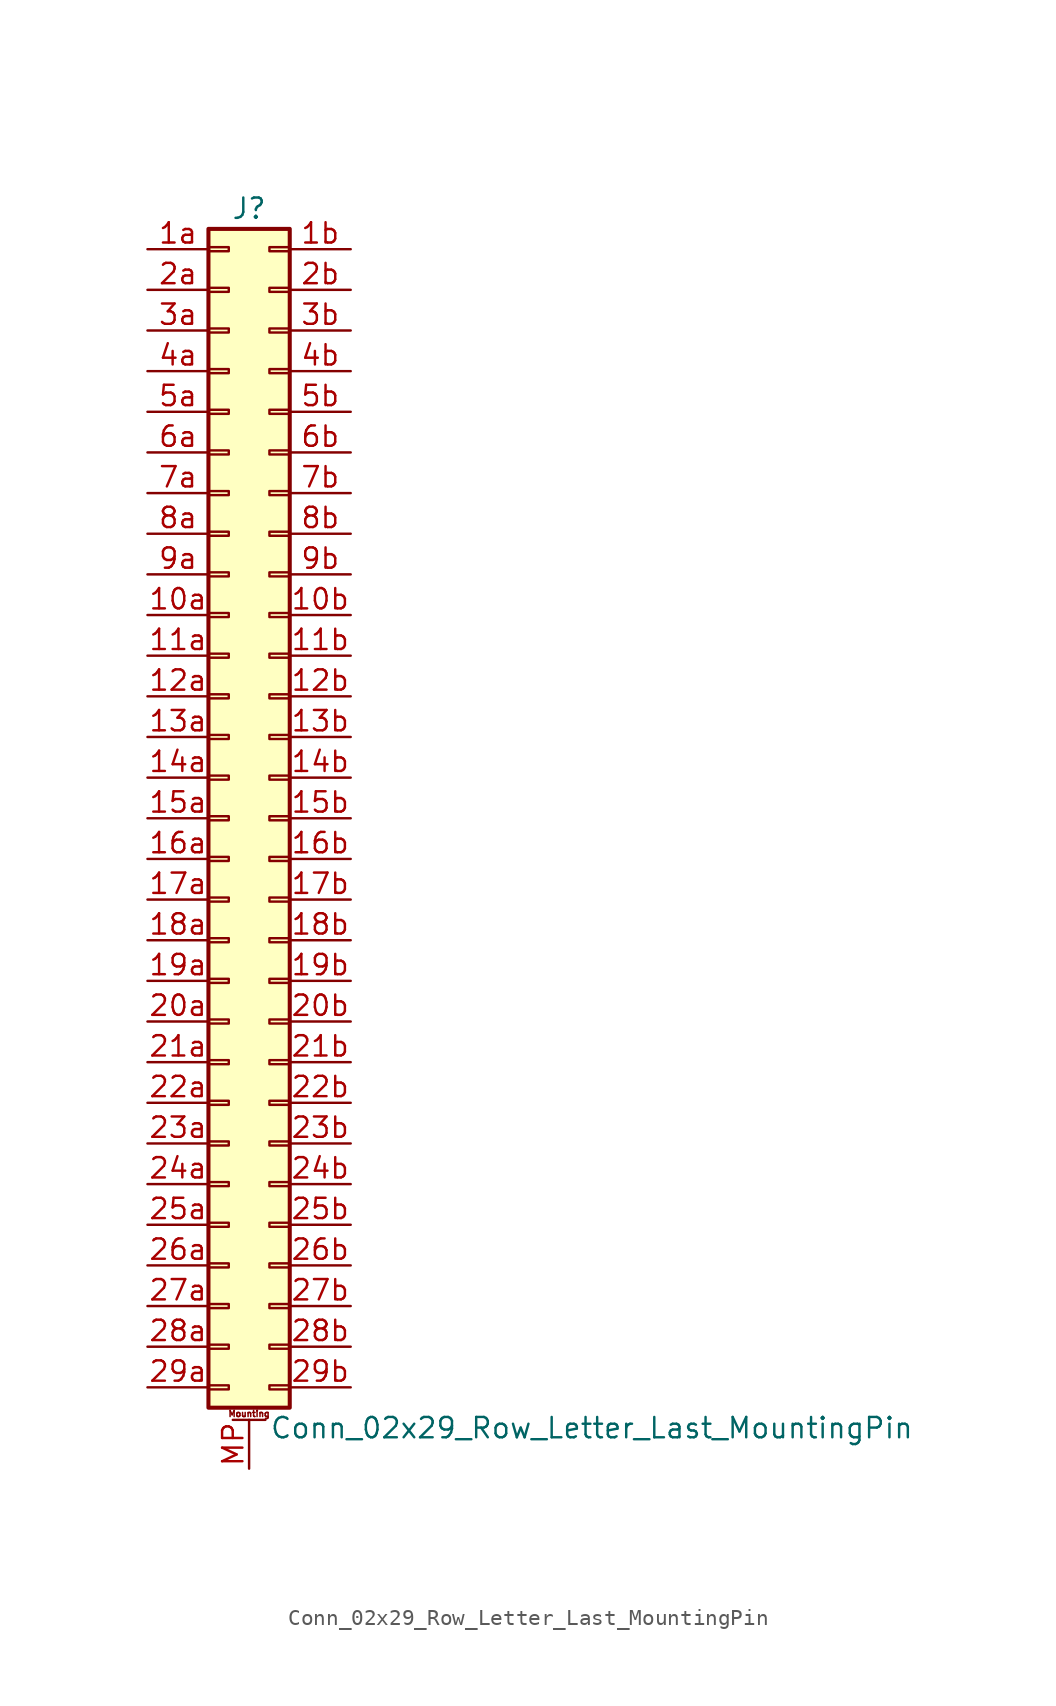
<source format=kicad_sym>
(kicad_symbol_lib
  (version 20220914)
  (generator kicad_symbol_editor)
  (symbol "Conn_02x29_Row_Letter_Last_MountingPin"
    (pin_names
      (offset 1.016) hide)
    (property "Reference" "J"
      (at 1.27 38.1 0)
      (effects (font (size 1.27 1.27))))
    (property "Value" "Conn_02x29_Row_Letter_Last_MountingPin"
      (at 2.54 -38.1 0)
      (effects (font (size 1.27 1.27)) (justify left)))
    (symbol "Conn_02x29_Row_Letter_Last_MountingPin_1_1"
      (rectangle (start -1.27 -35.433) (end 0 -35.687) (stroke (width 0.152) (type default)) (fill (type none)))
      (rectangle (start -1.27 -32.893) (end 0 -33.147) (stroke (width 0.152) (type default)) (fill (type none)))
      (rectangle (start -1.27 -30.353) (end 0 -30.607) (stroke (width 0.152) (type default)) (fill (type none)))
      (rectangle (start -1.27 -27.813) (end 0 -28.067) (stroke (width 0.152) (type default)) (fill (type none)))
      (rectangle (start -1.27 -25.273) (end 0 -25.527) (stroke (width 0.152) (type default)) (fill (type none)))
      (rectangle (start -1.27 -22.733) (end 0 -22.987) (stroke (width 0.152) (type default)) (fill (type none)))
      (rectangle (start -1.27 -20.193) (end 0 -20.447) (stroke (width 0.152) (type default)) (fill (type none)))
      (rectangle (start -1.27 -17.653) (end 0 -17.907) (stroke (width 0.152) (type default)) (fill (type none)))
      (rectangle (start -1.27 -15.113) (end 0 -15.367) (stroke (width 0.152) (type default)) (fill (type none)))
      (rectangle (start -1.27 -12.573) (end 0 -12.827) (stroke (width 0.152) (type default)) (fill (type none)))
      (rectangle (start -1.27 -10.033) (end 0 -10.287) (stroke (width 0.152) (type default)) (fill (type none)))
      (rectangle (start -1.27 -7.493) (end 0 -7.747) (stroke (width 0.152) (type default)) (fill (type none)))
      (rectangle (start -1.27 -4.953) (end 0 -5.207) (stroke (width 0.152) (type default)) (fill (type none)))
      (rectangle (start -1.27 -2.413) (end 0 -2.667) (stroke (width 0.152) (type default)) (fill (type none)))
      (rectangle (start -1.27 0.127) (end 0 -0.127) (stroke (width 0.152) (type default)) (fill (type none)))
      (rectangle (start -1.27 2.667) (end 0 2.413) (stroke (width 0.152) (type default)) (fill (type none)))
      (rectangle (start -1.27 5.207) (end 0 4.953) (stroke (width 0.152) (type default)) (fill (type none)))
      (rectangle (start -1.27 7.747) (end 0 7.493) (stroke (width 0.152) (type default)) (fill (type none)))
      (rectangle (start -1.27 10.287) (end 0 10.033) (stroke (width 0.152) (type default)) (fill (type none)))
      (rectangle (start -1.27 12.827) (end 0 12.573) (stroke (width 0.152) (type default)) (fill (type none)))
      (rectangle (start -1.27 15.367) (end 0 15.113) (stroke (width 0.152) (type default)) (fill (type none)))
      (rectangle (start -1.27 17.907) (end 0 17.653) (stroke (width 0.152) (type default)) (fill (type none)))
      (rectangle (start -1.27 20.447) (end 0 20.193) (stroke (width 0.152) (type default)) (fill (type none)))
      (rectangle (start -1.27 22.987) (end 0 22.733) (stroke (width 0.152) (type default)) (fill (type none)))
      (rectangle (start -1.27 25.527) (end 0 25.273) (stroke (width 0.152) (type default)) (fill (type none)))
      (rectangle (start -1.27 28.067) (end 0 27.813) (stroke (width 0.152) (type default)) (fill (type none)))
      (rectangle (start -1.27 30.607) (end 0 30.353) (stroke (width 0.152) (type default)) (fill (type none)))
      (rectangle (start -1.27 33.147) (end 0 32.893) (stroke (width 0.152) (type default)) (fill (type none)))
      (rectangle (start -1.27 35.687) (end 0 35.433) (stroke (width 0.152) (type default)) (fill (type none)))
      (rectangle (start -1.27 36.83) (end 3.81 -36.83) (stroke (width 0.254) (type default)) (fill (type background)))
      (polyline (pts (xy 0.254 -37.592) (xy 2.286 -37.592)) (stroke (width 0.152) (type default)) (fill (type none)))
      (rectangle (start 3.81 -35.433) (end 2.54 -35.687) (stroke (width 0.152) (type default)) (fill (type none)))
      (rectangle (start 3.81 -32.893) (end 2.54 -33.147) (stroke (width 0.152) (type default)) (fill (type none)))
      (rectangle (start 3.81 -30.353) (end 2.54 -30.607) (stroke (width 0.152) (type default)) (fill (type none)))
      (rectangle (start 3.81 -27.813) (end 2.54 -28.067) (stroke (width 0.152) (type default)) (fill (type none)))
      (rectangle (start 3.81 -25.273) (end 2.54 -25.527) (stroke (width 0.152) (type default)) (fill (type none)))
      (rectangle (start 3.81 -22.733) (end 2.54 -22.987) (stroke (width 0.152) (type default)) (fill (type none)))
      (rectangle (start 3.81 -20.193) (end 2.54 -20.447) (stroke (width 0.152) (type default)) (fill (type none)))
      (rectangle (start 3.81 -17.653) (end 2.54 -17.907) (stroke (width 0.152) (type default)) (fill (type none)))
      (rectangle (start 3.81 -15.113) (end 2.54 -15.367) (stroke (width 0.152) (type default)) (fill (type none)))
      (rectangle (start 3.81 -12.573) (end 2.54 -12.827) (stroke (width 0.152) (type default)) (fill (type none)))
      (rectangle (start 3.81 -10.033) (end 2.54 -10.287) (stroke (width 0.152) (type default)) (fill (type none)))
      (rectangle (start 3.81 -7.493) (end 2.54 -7.747) (stroke (width 0.152) (type default)) (fill (type none)))
      (rectangle (start 3.81 -4.953) (end 2.54 -5.207) (stroke (width 0.152) (type default)) (fill (type none)))
      (rectangle (start 3.81 -2.413) (end 2.54 -2.667) (stroke (width 0.152) (type default)) (fill (type none)))
      (rectangle (start 3.81 0.127) (end 2.54 -0.127) (stroke (width 0.152) (type default)) (fill (type none)))
      (rectangle (start 3.81 2.667) (end 2.54 2.413) (stroke (width 0.152) (type default)) (fill (type none)))
      (rectangle (start 3.81 5.207) (end 2.54 4.953) (stroke (width 0.152) (type default)) (fill (type none)))
      (rectangle (start 3.81 7.747) (end 2.54 7.493) (stroke (width 0.152) (type default)) (fill (type none)))
      (rectangle (start 3.81 10.287) (end 2.54 10.033) (stroke (width 0.152) (type default)) (fill (type none)))
      (rectangle (start 3.81 12.827) (end 2.54 12.573) (stroke (width 0.152) (type default)) (fill (type none)))
      (rectangle (start 3.81 15.367) (end 2.54 15.113) (stroke (width 0.152) (type default)) (fill (type none)))
      (rectangle (start 3.81 17.907) (end 2.54 17.653) (stroke (width 0.152) (type default)) (fill (type none)))
      (rectangle (start 3.81 20.447) (end 2.54 20.193) (stroke (width 0.152) (type default)) (fill (type none)))
      (rectangle (start 3.81 22.987) (end 2.54 22.733) (stroke (width 0.152) (type default)) (fill (type none)))
      (rectangle (start 3.81 25.527) (end 2.54 25.273) (stroke (width 0.152) (type default)) (fill (type none)))
      (rectangle (start 3.81 28.067) (end 2.54 27.813) (stroke (width 0.152) (type default)) (fill (type none)))
      (rectangle (start 3.81 30.607) (end 2.54 30.353) (stroke (width 0.152) (type default)) (fill (type none)))
      (rectangle (start 3.81 33.147) (end 2.54 32.893) (stroke (width 0.152) (type default)) (fill (type none)))
      (rectangle (start 3.81 35.687) (end 2.54 35.433) (stroke (width 0.152) (type default)) (fill (type none)))
      (text "Mounting" (at 1.27 -37.211 0) (effects (font (size 0.381 0.381))))
      (pin passive line (at -5.08 12.7 0) (length 3.81) (name "Pin_10a" (effects (font (size 1.27 1.27)))) (number "10a" (effects (font (size 1.27 1.27)))))
      (pin passive line (at 7.62 12.7 180) (length 3.81) (name "Pin_10b" (effects (font (size 1.27 1.27)))) (number "10b" (effects (font (size 1.27 1.27)))))
      (pin passive line (at -5.08 10.16 0) (length 3.81) (name "Pin_11a" (effects (font (size 1.27 1.27)))) (number "11a" (effects (font (size 1.27 1.27)))))
      (pin passive line (at 7.62 10.16 180) (length 3.81) (name "Pin_11b" (effects (font (size 1.27 1.27)))) (number "11b" (effects (font (size 1.27 1.27)))))
      (pin passive line (at -5.08 7.62 0) (length 3.81) (name "Pin_12a" (effects (font (size 1.27 1.27)))) (number "12a" (effects (font (size 1.27 1.27)))))
      (pin passive line (at 7.62 7.62 180) (length 3.81) (name "Pin_12b" (effects (font (size 1.27 1.27)))) (number "12b" (effects (font (size 1.27 1.27)))))
      (pin passive line (at -5.08 5.08 0) (length 3.81) (name "Pin_13a" (effects (font (size 1.27 1.27)))) (number "13a" (effects (font (size 1.27 1.27)))))
      (pin passive line (at 7.62 5.08 180) (length 3.81) (name "Pin_13b" (effects (font (size 1.27 1.27)))) (number "13b" (effects (font (size 1.27 1.27)))))
      (pin passive line (at -5.08 2.54 0) (length 3.81) (name "Pin_14a" (effects (font (size 1.27 1.27)))) (number "14a" (effects (font (size 1.27 1.27)))))
      (pin passive line (at 7.62 2.54 180) (length 3.81) (name "Pin_14b" (effects (font (size 1.27 1.27)))) (number "14b" (effects (font (size 1.27 1.27)))))
      (pin passive line (at -5.08 0 0) (length 3.81) (name "Pin_15a" (effects (font (size 1.27 1.27)))) (number "15a" (effects (font (size 1.27 1.27)))))
      (pin passive line (at 7.62 0 180) (length 3.81) (name "Pin_15b" (effects (font (size 1.27 1.27)))) (number "15b" (effects (font (size 1.27 1.27)))))
      (pin passive line (at -5.08 -2.54 0) (length 3.81) (name "Pin_16a" (effects (font (size 1.27 1.27)))) (number "16a" (effects (font (size 1.27 1.27)))))
      (pin passive line (at 7.62 -2.54 180) (length 3.81) (name "Pin_16b" (effects (font (size 1.27 1.27)))) (number "16b" (effects (font (size 1.27 1.27)))))
      (pin passive line (at -5.08 -5.08 0) (length 3.81) (name "Pin_17a" (effects (font (size 1.27 1.27)))) (number "17a" (effects (font (size 1.27 1.27)))))
      (pin passive line (at 7.62 -5.08 180) (length 3.81) (name "Pin_17b" (effects (font (size 1.27 1.27)))) (number "17b" (effects (font (size 1.27 1.27)))))
      (pin passive line (at -5.08 -7.62 0) (length 3.81) (name "Pin_18a" (effects (font (size 1.27 1.27)))) (number "18a" (effects (font (size 1.27 1.27)))))
      (pin passive line (at 7.62 -7.62 180) (length 3.81) (name "Pin_18b" (effects (font (size 1.27 1.27)))) (number "18b" (effects (font (size 1.27 1.27)))))
      (pin passive line (at -5.08 -10.16 0) (length 3.81) (name "Pin_19a" (effects (font (size 1.27 1.27)))) (number "19a" (effects (font (size 1.27 1.27)))))
      (pin passive line (at 7.62 -10.16 180) (length 3.81) (name "Pin_19b" (effects (font (size 1.27 1.27)))) (number "19b" (effects (font (size 1.27 1.27)))))
      (pin passive line (at -5.08 35.56 0) (length 3.81) (name "Pin_1a" (effects (font (size 1.27 1.27)))) (number "1a" (effects (font (size 1.27 1.27)))))
      (pin passive line (at 7.62 35.56 180) (length 3.81) (name "Pin_1b" (effects (font (size 1.27 1.27)))) (number "1b" (effects (font (size 1.27 1.27)))))
      (pin passive line (at -5.08 -12.7 0) (length 3.81) (name "Pin_20a" (effects (font (size 1.27 1.27)))) (number "20a" (effects (font (size 1.27 1.27)))))
      (pin passive line (at 7.62 -12.7 180) (length 3.81) (name "Pin_20b" (effects (font (size 1.27 1.27)))) (number "20b" (effects (font (size 1.27 1.27)))))
      (pin passive line (at -5.08 -15.24 0) (length 3.81) (name "Pin_21a" (effects (font (size 1.27 1.27)))) (number "21a" (effects (font (size 1.27 1.27)))))
      (pin passive line (at 7.62 -15.24 180) (length 3.81) (name "Pin_21b" (effects (font (size 1.27 1.27)))) (number "21b" (effects (font (size 1.27 1.27)))))
      (pin passive line (at -5.08 -17.78 0) (length 3.81) (name "Pin_22a" (effects (font (size 1.27 1.27)))) (number "22a" (effects (font (size 1.27 1.27)))))
      (pin passive line (at 7.62 -17.78 180) (length 3.81) (name "Pin_22b" (effects (font (size 1.27 1.27)))) (number "22b" (effects (font (size 1.27 1.27)))))
      (pin passive line (at -5.08 -20.32 0) (length 3.81) (name "Pin_23a" (effects (font (size 1.27 1.27)))) (number "23a" (effects (font (size 1.27 1.27)))))
      (pin passive line (at 7.62 -20.32 180) (length 3.81) (name "Pin_23b" (effects (font (size 1.27 1.27)))) (number "23b" (effects (font (size 1.27 1.27)))))
      (pin passive line (at -5.08 -22.86 0) (length 3.81) (name "Pin_24a" (effects (font (size 1.27 1.27)))) (number "24a" (effects (font (size 1.27 1.27)))))
      (pin passive line (at 7.62 -22.86 180) (length 3.81) (name "Pin_24b" (effects (font (size 1.27 1.27)))) (number "24b" (effects (font (size 1.27 1.27)))))
      (pin passive line (at -5.08 -25.4 0) (length 3.81) (name "Pin_25a" (effects (font (size 1.27 1.27)))) (number "25a" (effects (font (size 1.27 1.27)))))
      (pin passive line (at 7.62 -25.4 180) (length 3.81) (name "Pin_25b" (effects (font (size 1.27 1.27)))) (number "25b" (effects (font (size 1.27 1.27)))))
      (pin passive line (at -5.08 -27.94 0) (length 3.81) (name "Pin_26a" (effects (font (size 1.27 1.27)))) (number "26a" (effects (font (size 1.27 1.27)))))
      (pin passive line (at 7.62 -27.94 180) (length 3.81) (name "Pin_26b" (effects (font (size 1.27 1.27)))) (number "26b" (effects (font (size 1.27 1.27)))))
      (pin passive line (at -5.08 -30.48 0) (length 3.81) (name "Pin_27a" (effects (font (size 1.27 1.27)))) (number "27a" (effects (font (size 1.27 1.27)))))
      (pin passive line (at 7.62 -30.48 180) (length 3.81) (name "Pin_27b" (effects (font (size 1.27 1.27)))) (number "27b" (effects (font (size 1.27 1.27)))))
      (pin passive line (at -5.08 -33.02 0) (length 3.81) (name "Pin_28a" (effects (font (size 1.27 1.27)))) (number "28a" (effects (font (size 1.27 1.27)))))
      (pin passive line (at 7.62 -33.02 180) (length 3.81) (name "Pin_28b" (effects (font (size 1.27 1.27)))) (number "28b" (effects (font (size 1.27 1.27)))))
      (pin passive line (at -5.08 -35.56 0) (length 3.81) (name "Pin_29a" (effects (font (size 1.27 1.27)))) (number "29a" (effects (font (size 1.27 1.27)))))
      (pin passive line (at 7.62 -35.56 180) (length 3.81) (name "Pin_29b" (effects (font (size 1.27 1.27)))) (number "29b" (effects (font (size 1.27 1.27)))))
      (pin passive line (at -5.08 33.02 0) (length 3.81) (name "Pin_2a" (effects (font (size 1.27 1.27)))) (number "2a" (effects (font (size 1.27 1.27)))))
      (pin passive line (at 7.62 33.02 180) (length 3.81) (name "Pin_2b" (effects (font (size 1.27 1.27)))) (number "2b" (effects (font (size 1.27 1.27)))))
      (pin passive line (at -5.08 30.48 0) (length 3.81) (name "Pin_3a" (effects (font (size 1.27 1.27)))) (number "3a" (effects (font (size 1.27 1.27)))))
      (pin passive line (at 7.62 30.48 180) (length 3.81) (name "Pin_3b" (effects (font (size 1.27 1.27)))) (number "3b" (effects (font (size 1.27 1.27)))))
      (pin passive line (at -5.08 27.94 0) (length 3.81) (name "Pin_4a" (effects (font (size 1.27 1.27)))) (number "4a" (effects (font (size 1.27 1.27)))))
      (pin passive line (at 7.62 27.94 180) (length 3.81) (name "Pin_4b" (effects (font (size 1.27 1.27)))) (number "4b" (effects (font (size 1.27 1.27)))))
      (pin passive line (at -5.08 25.4 0) (length 3.81) (name "Pin_5a" (effects (font (size 1.27 1.27)))) (number "5a" (effects (font (size 1.27 1.27)))))
      (pin passive line (at 7.62 25.4 180) (length 3.81) (name "Pin_5b" (effects (font (size 1.27 1.27)))) (number "5b" (effects (font (size 1.27 1.27)))))
      (pin passive line (at -5.08 22.86 0) (length 3.81) (name "Pin_6a" (effects (font (size 1.27 1.27)))) (number "6a" (effects (font (size 1.27 1.27)))))
      (pin passive line (at 7.62 22.86 180) (length 3.81) (name "Pin_6b" (effects (font (size 1.27 1.27)))) (number "6b" (effects (font (size 1.27 1.27)))))
      (pin passive line (at -5.08 20.32 0) (length 3.81) (name "Pin_7a" (effects (font (size 1.27 1.27)))) (number "7a" (effects (font (size 1.27 1.27)))))
      (pin passive line (at 7.62 20.32 180) (length 3.81) (name "Pin_7b" (effects (font (size 1.27 1.27)))) (number "7b" (effects (font (size 1.27 1.27)))))
      (pin passive line (at -5.08 17.78 0) (length 3.81) (name "Pin_8a" (effects (font (size 1.27 1.27)))) (number "8a" (effects (font (size 1.27 1.27)))))
      (pin passive line (at 7.62 17.78 180) (length 3.81) (name "Pin_8b" (effects (font (size 1.27 1.27)))) (number "8b" (effects (font (size 1.27 1.27)))))
      (pin passive line (at -5.08 15.24 0) (length 3.81) (name "Pin_9a" (effects (font (size 1.27 1.27)))) (number "9a" (effects (font (size 1.27 1.27)))))
      (pin passive line (at 7.62 15.24 180) (length 3.81) (name "Pin_9b" (effects (font (size 1.27 1.27)))) (number "9b" (effects (font (size 1.27 1.27)))))
      (pin passive line (at 1.27 -40.64 90) (length 3.048) (name "MountPin" (effects (font (size 1.27 1.27)))) (number "MP" (effects (font (size 1.27 1.27))))))))
</source>
